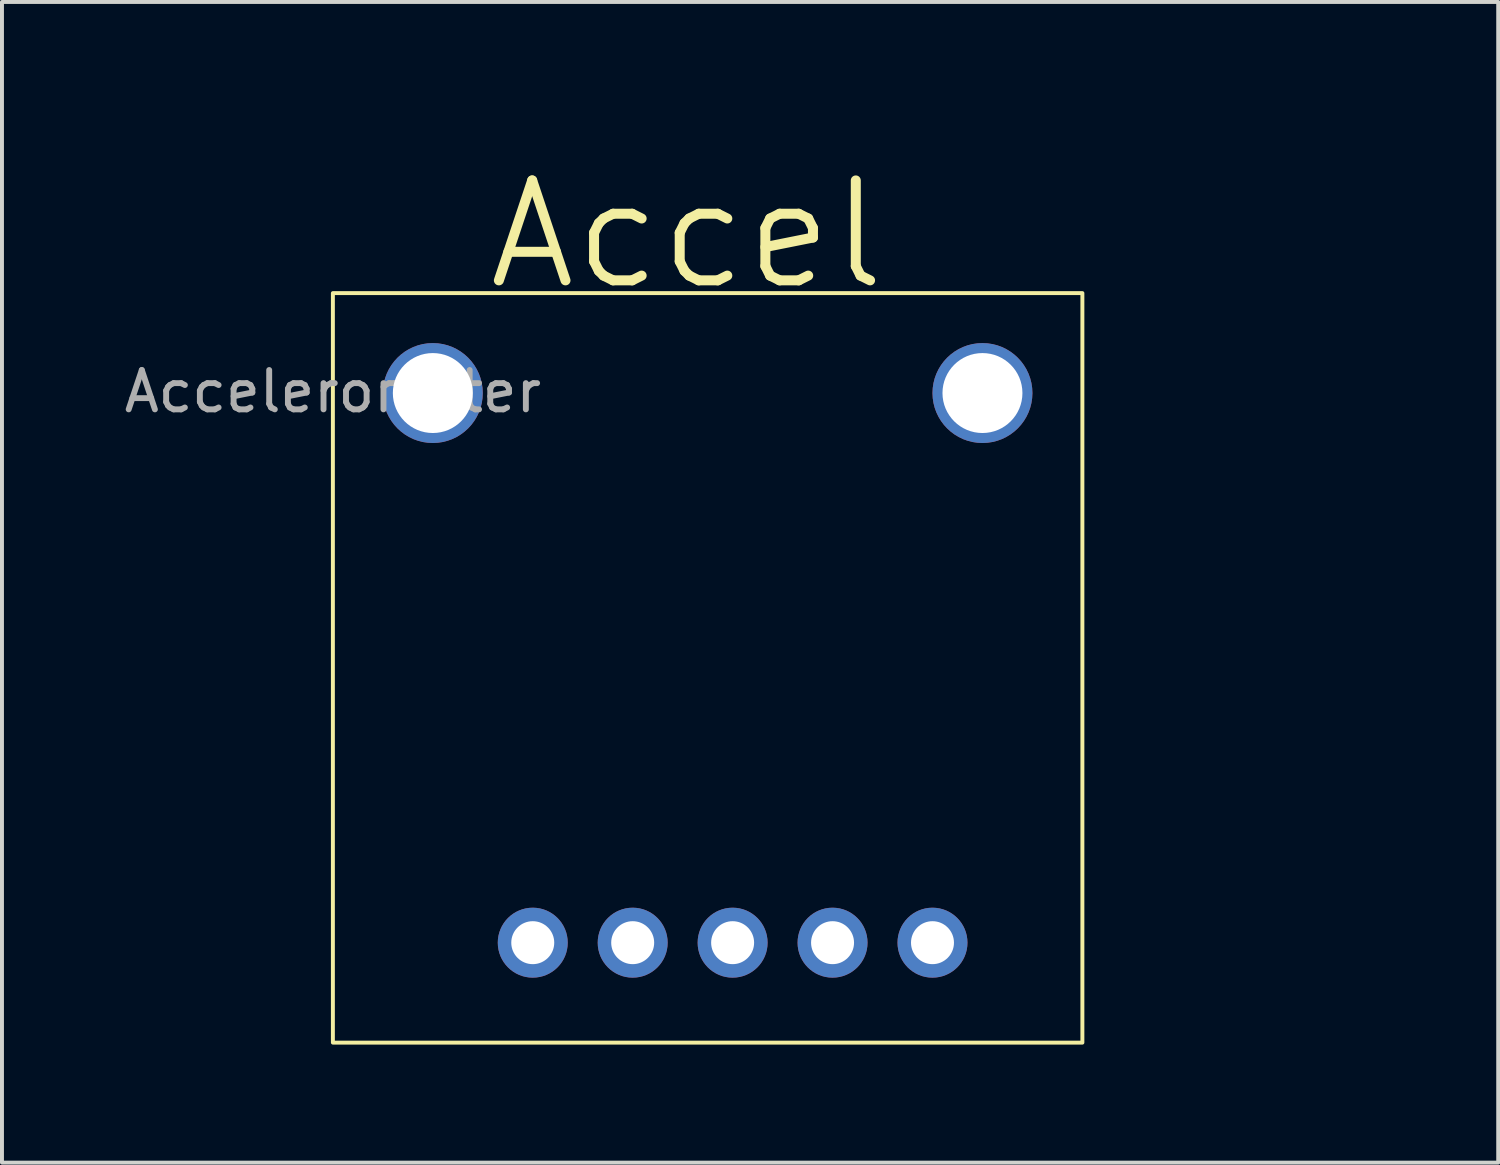
<source format=kicad_pcb>
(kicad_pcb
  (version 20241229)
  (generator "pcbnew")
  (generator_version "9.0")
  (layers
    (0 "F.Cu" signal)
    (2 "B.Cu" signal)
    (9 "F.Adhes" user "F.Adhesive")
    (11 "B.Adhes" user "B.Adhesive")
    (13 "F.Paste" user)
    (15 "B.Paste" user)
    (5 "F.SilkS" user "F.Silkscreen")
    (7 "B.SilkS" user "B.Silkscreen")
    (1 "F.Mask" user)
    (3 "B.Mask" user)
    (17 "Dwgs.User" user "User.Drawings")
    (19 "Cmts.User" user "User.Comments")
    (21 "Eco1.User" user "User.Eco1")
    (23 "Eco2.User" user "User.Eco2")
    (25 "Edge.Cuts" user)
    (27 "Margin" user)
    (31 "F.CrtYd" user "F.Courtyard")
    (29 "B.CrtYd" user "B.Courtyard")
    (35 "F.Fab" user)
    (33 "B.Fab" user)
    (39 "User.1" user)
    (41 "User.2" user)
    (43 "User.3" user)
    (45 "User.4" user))
  (footprint "Accelerometer"
    (layer "F.Cu")
    (at 5.411 4.4)
    (property "Reference" "Accelerometer" (at 0 0 0) (unlocked yes) (layer "User.1") (effects (font (size 0.762 0.762) (thickness 0.076))))
    (attr through_hole)
    (fp_rect (start 0 0) (end 19.05 19.05) (stroke (width 0.1) (type default)) (fill no) (layer "F.SilkS"))
    (fp_text user "Accel" (at 3.81 0 0) (unlocked yes) (layer "F.SilkS") (effects (font (size 2.54 2.54) (thickness 0.254)) (justify left bottom)))
    (fp_text user "${REFERENCE}" (at 0 2.5 0) (unlocked yes) (layer "F.Fab") (effects (font (size 1 1) (thickness 0.15))))
    (dimension (type aligned) (layer "User.1") (pts (xy 24.461 4.4) (xy 24.461 23.45)) (height -3.81) (format (prefix "") (suffix "") (units 3) (units_format 1) (precision 4)) (style (thickness 0.1) (arrow_length 1.27) (text_position_mode 0) (arrow_direction outward) (extension_height 0.586) (extension_offset 0.5) (keep_text_aligned yes)) (gr_text "19.0500 mm" (at 27.171 13.925 90) (layer "User.1") (effects (font (size 1 1) (thickness 0.1)))))
    (dimension (type aligned) (layer "User.1") (pts (xy 24.461 4.4) (xy 5.411 4.4)) (height 2.54) (format (prefix "") (suffix "") (units 3) (units_format 1) (precision 4)) (style (thickness 0.1) (arrow_length 1.27) (text_position_mode 0) (arrow_direction outward) (extension_height 0.586) (extension_offset 0.5) (keep_text_aligned yes)) (gr_text "19.0500 mm" (at 14.936 0.76 0) (layer "User.1") (effects (font (size 1 1) (thickness 0.1)))))
    (pad "1" thru_hole circle (at 5.08 16.51) (size 1.778 1.778) (drill 1.092) (layers "*.Cu" "*.Mask"))
    (pad "2" thru_hole circle (at 7.62 16.51) (size 1.778 1.778) (drill 1.092) (layers "*.Cu" "*.Mask"))
    (pad "3" thru_hole circle (at 10.16 16.51) (size 1.778 1.778) (drill 1.092) (layers "*.Cu" "*.Mask"))
    (pad "4" thru_hole circle (at 12.7 16.51) (size 1.778 1.778) (drill 1.092) (layers "*.Cu" "*.Mask"))
    (pad "5" thru_hole circle (at 15.24 16.51) (size 1.778 1.778) (drill 1.092) (layers "*.Cu" "*.Mask"))
    (pad "6" thru_hole circle (at 2.54 2.54) (size 2.54 2.54) (drill 2.032) (layers "*.Cu" "*.Mask"))
    (pad "7" thru_hole circle (at 16.51 2.54) (size 2.54 2.54) (drill 2.032) (layers "*.Cu" "*.Mask")))
  (gr_rect
    (start -3 -3)
    (end 35.03 26.5)
    (stroke (width 0.1) (type default))
    (fill no)
    (layer "Edge.Cuts")))
</source>
